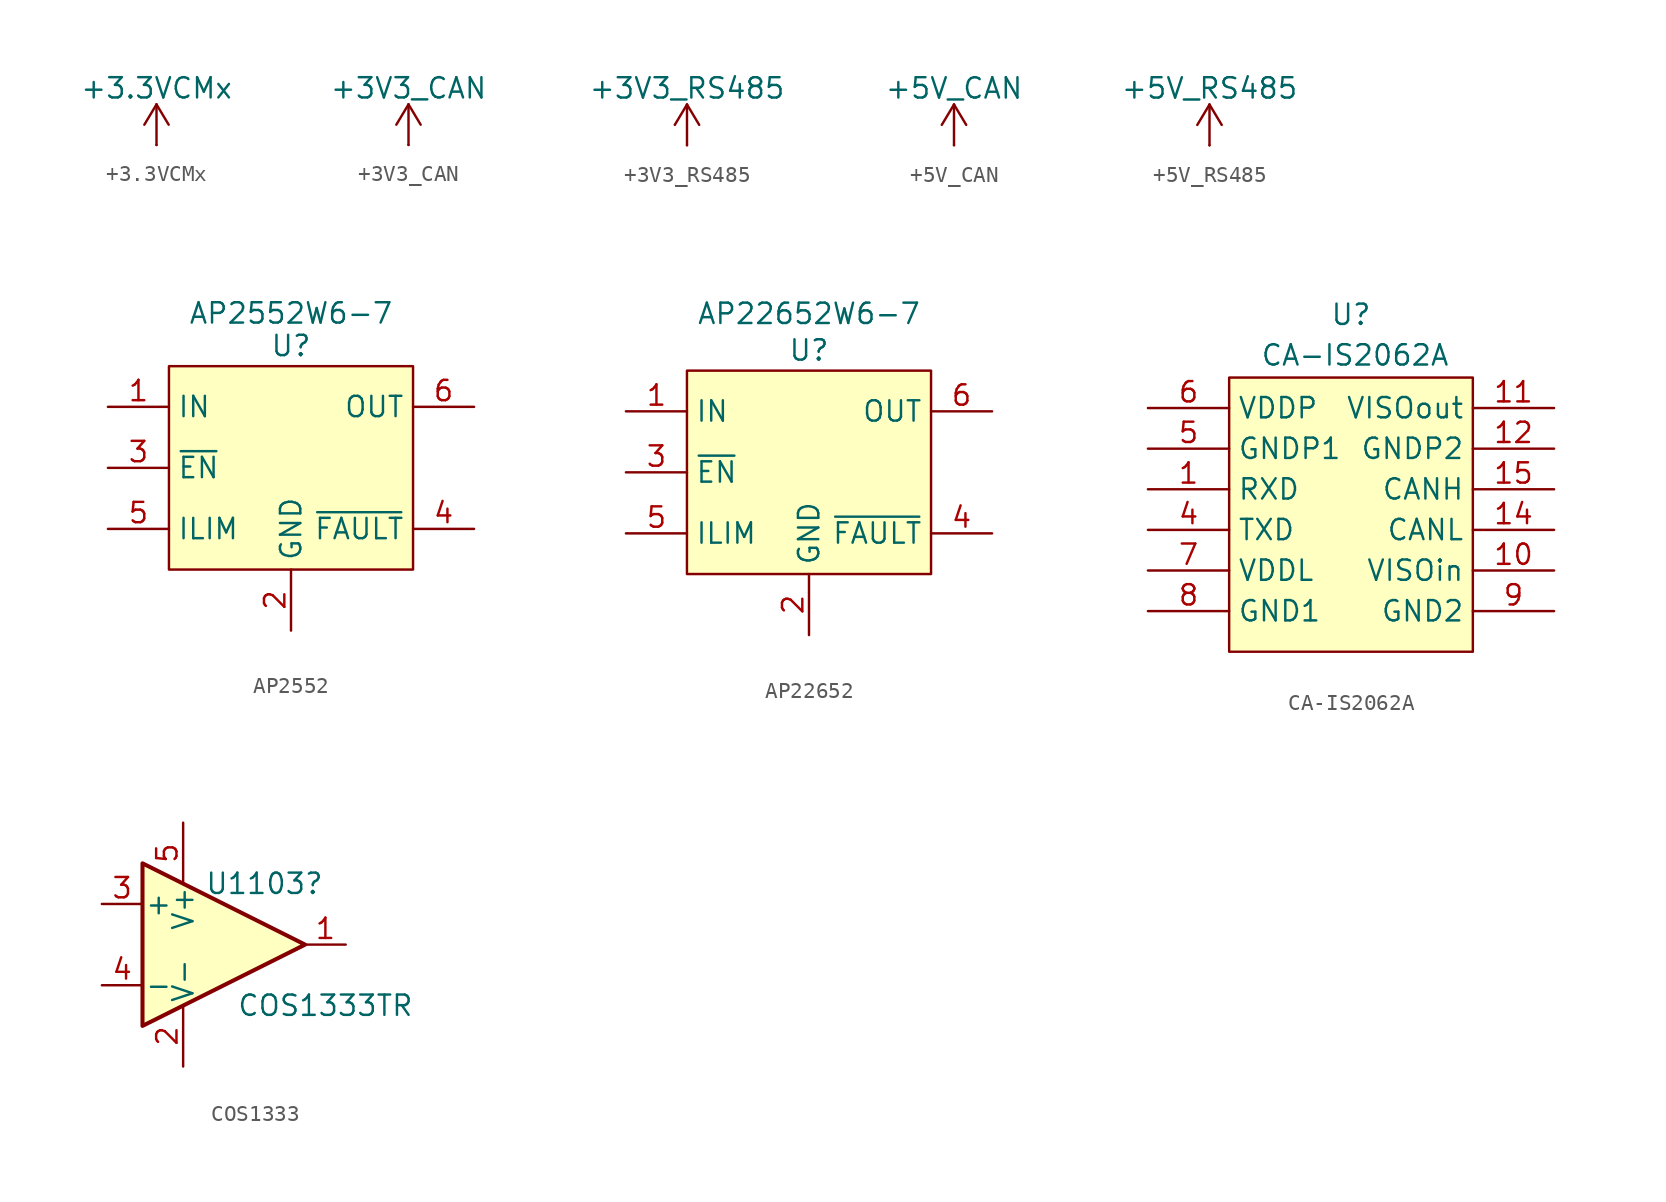
<source format=kicad_sym>
(kicad_symbol_lib
  (version 20241209)
  (generator "kicad_symbol_editor")
  (generator_version "9.0")
  (symbol "+3.3VCMx"
    (power)
    (pin_numbers
      (hide yes))
    (pin_names
      (offset 0)
      (hide yes))
    (property "Reference" "#PWR"
      (at 0 -3.81 0)
      (effects (font (size 1.27 1.27)) (hide yes)))
    (property "Value" "+3.3VCMx"
      (at 0 3.556 0)
      (effects (font (size 1.27 1.27))))
    (symbol "+3.3VCMx_0_1"
      (polyline (pts (xy -0.762 1.27) (xy 0 2.54)) (stroke (width 0) (type default)) (fill (type none)))
      (polyline (pts (xy 0 2.54) (xy 0.762 1.27)) (stroke (width 0) (type default)) (fill (type none)))
      (polyline (pts (xy 0 0) (xy 0 2.54)) (stroke (width 0) (type default)) (fill (type none))))
    (symbol "+3.3VCMx_1_1"
      (pin power_in line (at 0 0 90) (length 0) (name "~" (effects (font (size 1.27 1.27)))) (number "1" (effects (font (size 1.27 1.27)))))))
  (symbol "+3V3_CAN"
    (power)
    (pin_numbers
      (hide yes))
    (pin_names
      (offset 0)
      (hide yes))
    (property "Reference" "#PWR"
      (at 0 -3.81 0)
      (effects (font (size 1.27 1.27)) (hide yes)))
    (property "Value" "+3V3_CAN"
      (at 0 3.556 0)
      (effects (font (size 1.27 1.27))))
    (symbol "+3V3_CAN_0_1"
      (polyline (pts (xy -0.762 1.27) (xy 0 2.54)) (stroke (width 0) (type default)) (fill (type none)))
      (polyline (pts (xy 0 2.54) (xy 0.762 1.27)) (stroke (width 0) (type default)) (fill (type none)))
      (polyline (pts (xy 0 0) (xy 0 2.54)) (stroke (width 0) (type default)) (fill (type none))))
    (symbol "+3V3_CAN_1_1"
      (pin power_in line (at 0 0 90) (length 0) (name "~" (effects (font (size 1.27 1.27)))) (number "1" (effects (font (size 1.27 1.27)))))))
  (symbol "+3V3_RS485"
    (power)
    (pin_numbers
      (hide yes))
    (pin_names
      (offset 0)
      (hide yes))
    (property "Reference" "#PWR"
      (at 0 -3.81 0)
      (effects (font (size 1.27 1.27)) (hide yes)))
    (property "Value" "+3V3_RS485"
      (at 0 3.556 0)
      (effects (font (size 1.27 1.27))))
    (symbol "+3V3_RS485_0_1"
      (polyline (pts (xy -0.762 1.27) (xy 0 2.54)) (stroke (width 0) (type default)) (fill (type none)))
      (polyline (pts (xy 0 2.54) (xy 0.762 1.27)) (stroke (width 0) (type default)) (fill (type none)))
      (polyline (pts (xy 0 0) (xy 0 2.54)) (stroke (width 0) (type default)) (fill (type none))))
    (symbol "+3V3_RS485_1_1"
      (pin power_in line (at 0 0 90) (length 0) (name "~" (effects (font (size 1.27 1.27)))) (number "1" (effects (font (size 1.27 1.27)))))))
  (symbol "+5V_CAN"
    (power)
    (pin_numbers
      (hide yes))
    (pin_names
      (offset 0)
      (hide yes))
    (property "Reference" "#PWR"
      (at 0 -3.81 0)
      (effects (font (size 1.27 1.27)) (hide yes)))
    (property "Value" "+5V_CAN"
      (at 0 3.556 0)
      (effects (font (size 1.27 1.27))))
    (symbol "+5V_CAN_0_1"
      (polyline (pts (xy -0.762 1.27) (xy 0 2.54)) (stroke (width 0) (type default)) (fill (type none)))
      (polyline (pts (xy 0 2.54) (xy 0.762 1.27)) (stroke (width 0) (type default)) (fill (type none)))
      (polyline (pts (xy 0 0) (xy 0 2.54)) (stroke (width 0) (type default)) (fill (type none))))
    (symbol "+5V_CAN_1_1"
      (pin power_in line (at 0 0 90) (length 0) (name "~" (effects (font (size 1.27 1.27)))) (number "1" (effects (font (size 1.27 1.27)))))))
  (symbol "+5V_RS485"
    (power)
    (pin_numbers
      (hide yes))
    (pin_names
      (offset 0)
      (hide yes))
    (property "Reference" "#PWR"
      (at 0 -3.81 0)
      (effects (font (size 1.27 1.27)) (hide yes)))
    (property "Value" "+5V_RS485"
      (at 0 3.556 0)
      (effects (font (size 1.27 1.27))))
    (symbol "+5V_RS485_0_1"
      (polyline (pts (xy -0.762 1.27) (xy 0 2.54)) (stroke (width 0) (type default)) (fill (type none)))
      (polyline (pts (xy 0 2.54) (xy 0.762 1.27)) (stroke (width 0) (type default)) (fill (type none)))
      (polyline (pts (xy 0 0) (xy 0 2.54)) (stroke (width 0) (type default)) (fill (type none))))
    (symbol "+5V_RS485_1_1"
      (pin power_in line (at 0 0 90) (length 0) (name "~" (effects (font (size 1.27 1.27)))) (number "1" (effects (font (size 1.27 1.27)))))))
  (symbol "AP2552"
    (property "Reference" "U"
      (at 0 7.62 0)
      (effects (font (size 1.27 1.27))))
    (property "Value" "AP2552W6-7"
      (at 0 9.652 0)
      (effects (font (size 1.27 1.27))))
    (symbol "AP2552_1_1"
      (rectangle (start -7.62 6.35) (end 7.62 -6.35) (stroke (width 0) (type default)) (fill (type background)))
      (pin power_in line (at -11.43 3.81 0) (length 3.81) (name "IN" (effects (font (size 1.27 1.27)))) (number "1" (effects (font (size 1.27 1.27)))))
      (pin input line (at -11.43 0 0) (length 3.81) (name "~{EN}" (effects (font (size 1.27 1.27)))) (number "3" (effects (font (size 1.27 1.27)))))
      (pin passive line (at -11.43 -3.81 0) (length 3.81) (name "ILIM" (effects (font (size 1.27 1.27)))) (number "5" (effects (font (size 1.27 1.27)))))
      (pin power_in line (at 0 -10.16 90) (length 3.81) (name "GND" (effects (font (size 1.27 1.27)))) (number "2" (effects (font (size 1.27 1.27)))))
      (pin power_out line (at 11.43 3.81 180) (length 3.81) (name "OUT" (effects (font (size 1.27 1.27)))) (number "6" (effects (font (size 1.27 1.27)))))
      (pin output line (at 11.43 -3.81 180) (length 3.81) (name "~{FAULT}" (effects (font (size 1.27 1.27)))) (number "4" (effects (font (size 1.27 1.27)))))))
  (symbol "AP22652"
    (property "Reference" "U"
      (at 0 7.62 0)
      (effects (font (size 1.27 1.27))))
    (property "Value" "AP22652W6-7"
      (at 0 9.906 0)
      (effects (font (size 1.27 1.27))))
    (symbol "AP22652_1_1"
      (rectangle (start -7.62 6.35) (end 7.62 -6.35) (stroke (width 0) (type default)) (fill (type background)))
      (pin power_in line (at -11.43 3.81 0) (length 3.81) (name "IN" (effects (font (size 1.27 1.27)))) (number "1" (effects (font (size 1.27 1.27)))))
      (pin input line (at -11.43 0 0) (length 3.81) (name "~{EN}" (effects (font (size 1.27 1.27)))) (number "3" (effects (font (size 1.27 1.27)))))
      (pin passive line (at -11.43 -3.81 0) (length 3.81) (name "ILIM" (effects (font (size 1.27 1.27)))) (number "5" (effects (font (size 1.27 1.27)))))
      (pin power_in line (at 0 -10.16 90) (length 3.81) (name "GND" (effects (font (size 1.27 1.27)))) (number "2" (effects (font (size 1.27 1.27)))))
      (pin power_out line (at 11.43 3.81 180) (length 3.81) (name "OUT" (effects (font (size 1.27 1.27)))) (number "6" (effects (font (size 1.27 1.27)))))
      (pin output line (at 11.43 -3.81 180) (length 3.81) (name "~{FAULT}" (effects (font (size 1.27 1.27)))) (number "4" (effects (font (size 1.27 1.27)))))))
  (symbol "CA-IS2062A"
    (property "Reference" "U"
      (at 0 12.192 0)
      (effects (font (size 1.27 1.27))))
    (property "Value" "CA-IS2062A"
      (at 0.254 9.652 0)
      (effects (font (size 1.27 1.27))))
    (symbol "CA-IS2062A_1_1"
      (rectangle (start -7.62 8.255) (end 7.62 -8.89) (stroke (width 0) (type default)) (fill (type background)))
      (pin power_in line (at -12.7 6.35 0) (length 5.08) (name "VDDP" (effects (font (size 1.27 1.27)))) (number "6" (effects (font (size 1.27 1.27)))))
      (pin power_in line (at -12.7 3.81 0) (length 5.08) (name "GNDP1" (effects (font (size 1.27 1.27)))) (number "5" (effects (font (size 1.27 1.27)))))
      (pin output line (at -12.7 1.27 0) (length 5.08) (name "RXD" (effects (font (size 1.27 1.27)))) (number "1" (effects (font (size 1.27 1.27)))))
      (pin input line (at -12.7 -1.27 0) (length 5.08) (name "TXD" (effects (font (size 1.27 1.27)))) (number "4" (effects (font (size 1.27 1.27)))))
      (pin power_out line (at -12.7 -3.81 0) (length 5.08) (name "VDDL" (effects (font (size 1.27 1.27)))) (number "7" (effects (font (size 1.27 1.27)))))
      (pin power_out line (at -12.7 -6.35 0) (length 5.08) (name "GND1" (effects (font (size 1.27 1.27)))) (number "8" (effects (font (size 1.27 1.27)))))
      (pin power_out line (at 12.7 6.35 180) (length 5.08) (name "VISOout" (effects (font (size 1.27 1.27)))) (number "11" (effects (font (size 1.27 1.27)))))
      (pin power_out line (at 12.7 3.81 180) (length 5.08) (name "GNDP2" (effects (font (size 1.27 1.27)))) (number "12" (effects (font (size 1.27 1.27)))))
      (pin bidirectional line (at 12.7 1.27 180) (length 5.08) (name "CANH" (effects (font (size 1.27 1.27)))) (number "15" (effects (font (size 1.27 1.27)))))
      (pin bidirectional line (at 12.7 -1.27 180) (length 5.08) (name "CANL" (effects (font (size 1.27 1.27)))) (number "14" (effects (font (size 1.27 1.27)))))
      (pin power_out line (at 12.7 -3.81 180) (length 5.08) (name "VISOin" (effects (font (size 1.27 1.27)))) (number "10" (effects (font (size 1.27 1.27)))))
      (pin power_out line (at 12.7 -6.35 180) (length 5.08) (name "GND2" (effects (font (size 1.27 1.27)))) (number "9" (effects (font (size 1.27 1.27)))))))
  (symbol "COS1333"
    (pin_names
      (offset 0.127))
    (property "Reference" "U1103"
      (at 2.54 3.81 0)
      (effects (font (size 1.27 1.27))))
    (property "Value" "COS1333TR"
      (at 6.35 -3.81 0)
      (effects (font (size 1.27 1.27))))
    (symbol "COS1333_0_1"
      (polyline (pts (xy -5.08 5.08) (xy 5.08 0) (xy -5.08 -5.08) (xy -5.08 5.08)) (stroke (width 0.254) (type default)) (fill (type background)))
      (pin power_in line (at -2.54 7.62 270) (length 3.81) (name "V+" (effects (font (size 1.27 1.27)))) (number "5" (effects (font (size 1.27 1.27)))))
      (pin power_in line (at -2.54 -7.62 90) (length 3.81) (name "V-" (effects (font (size 1.27 1.27)))) (number "2" (effects (font (size 1.27 1.27))))))
    (symbol "COS1333_1_1"
      (pin input line (at -7.62 2.54 0) (length 2.54) (name "+" (effects (font (size 1.27 1.27)))) (number "3" (effects (font (size 1.27 1.27)))))
      (pin input line (at -7.62 -2.54 0) (length 2.54) (name "-" (effects (font (size 1.27 1.27)))) (number "4" (effects (font (size 1.27 1.27)))))
      (pin output line (at 7.62 0 180) (length 2.54) (name "~" (effects (font (size 1.27 1.27)))) (number "1" (effects (font (size 1.27 1.27))))))))
</source>
